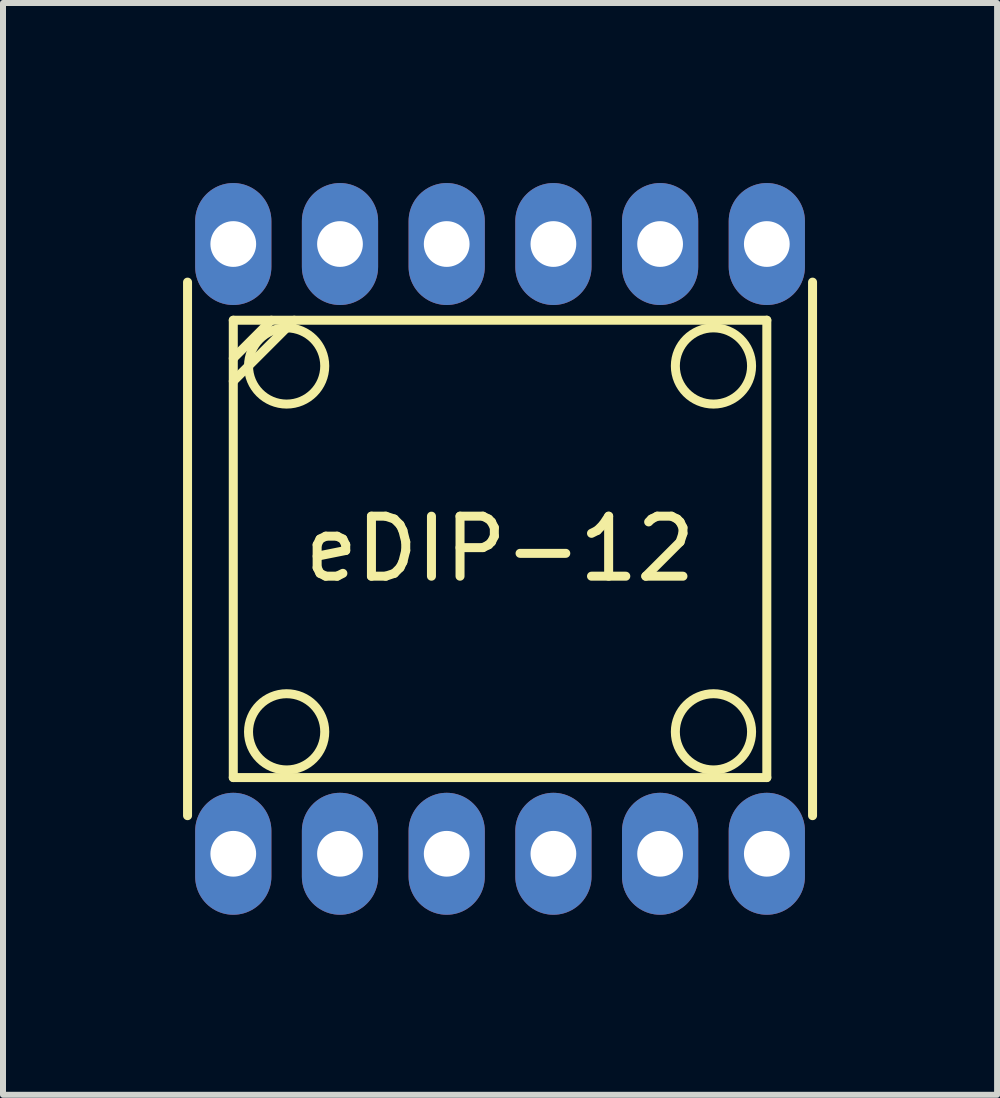
<source format=kicad_pcb>
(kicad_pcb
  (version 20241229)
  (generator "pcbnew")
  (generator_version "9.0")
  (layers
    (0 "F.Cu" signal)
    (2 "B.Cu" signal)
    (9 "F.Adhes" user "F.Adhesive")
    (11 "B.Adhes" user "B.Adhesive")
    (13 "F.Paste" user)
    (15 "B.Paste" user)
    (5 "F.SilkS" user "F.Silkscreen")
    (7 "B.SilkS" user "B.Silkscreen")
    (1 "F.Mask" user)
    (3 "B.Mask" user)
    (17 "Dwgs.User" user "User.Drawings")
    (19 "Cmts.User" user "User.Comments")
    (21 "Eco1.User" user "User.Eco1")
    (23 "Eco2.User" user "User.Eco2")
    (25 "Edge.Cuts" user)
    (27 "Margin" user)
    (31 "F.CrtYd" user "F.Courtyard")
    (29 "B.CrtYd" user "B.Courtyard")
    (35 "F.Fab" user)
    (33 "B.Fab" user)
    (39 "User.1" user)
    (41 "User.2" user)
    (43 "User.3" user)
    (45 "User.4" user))
  (footprint "eDIP-12"
    (layer "F.Cu")
    (at 5.282 6.096)
    (property "Reference" "eDIP-12" (at 0 0 0) (layer "F.SilkS") (effects (font (size 1 1) (thickness 0.15))))
    (attr through_hole)
    (fp_line (start -5.207 4.445) (end -5.207 -4.445) (stroke (width 0.15) (type solid)) (layer "F.SilkS"))
    (fp_line (start -4.445 -3.81) (end -4.445 3.81) (stroke (width 0.15) (type solid)) (layer "F.SilkS"))
    (fp_line (start -4.445 -2.794) (end -3.429 -3.81) (stroke (width 0.15) (type solid)) (layer "F.SilkS"))
    (fp_line (start -4.445 3.81) (end 4.445 3.81) (stroke (width 0.15) (type solid)) (layer "F.SilkS"))
    (fp_line (start -3.81 -3.81) (end -4.445 -3.175) (stroke (width 0.15) (type solid)) (layer "F.SilkS"))
    (fp_line (start 4.445 -3.81) (end -4.445 -3.81) (stroke (width 0.15) (type solid)) (layer "F.SilkS"))
    (fp_line (start 4.445 3.81) (end 4.445 -3.81) (stroke (width 0.15) (type solid)) (layer "F.SilkS"))
    (fp_line (start 5.207 -4.445) (end 5.207 4.445) (stroke (width 0.15) (type solid)) (layer "F.SilkS"))
    (fp_circle (center -3.556 -3.048) (end -3.556 -3.683) (stroke (width 0.15) (type solid)) (fill no) (layer "F.SilkS"))
    (fp_circle (center -3.556 3.048) (end -3.556 3.683) (stroke (width 0.15) (type solid)) (fill no) (layer "F.SilkS"))
    (fp_circle (center 3.556 -3.048) (end 4.191 -3.048) (stroke (width 0.15) (type solid)) (fill no) (layer "F.SilkS"))
    (fp_circle (center 3.556 3.048) (end 4.191 3.048) (stroke (width 0.15) (type solid)) (fill no) (layer "F.SilkS"))
    (pad "1" thru_hole oval (at -4.445 -5.08) (size 1.27 2.032) (drill 0.762) (layers "*.Cu" "*.Mask"))
    (pad "2" thru_hole oval (at -2.667 -5.08) (size 1.27 2.032) (drill 0.762) (layers "*.Cu" "*.Mask"))
    (pad "3" thru_hole oval (at -0.889 -5.08) (size 1.27 2.032) (drill 0.762) (layers "*.Cu" "*.Mask"))
    (pad "4" thru_hole oval (at 0.889 -5.08) (size 1.27 2.032) (drill 0.762) (layers "*.Cu" "*.Mask"))
    (pad "5" thru_hole oval (at 2.667 -5.08) (size 1.27 2.032) (drill 0.762) (layers "*.Cu" "*.Mask"))
    (pad "6" thru_hole oval (at 4.445 -5.08) (size 1.27 2.032) (drill 0.762) (layers "*.Cu" "*.Mask"))
    (pad "7" thru_hole oval (at 4.445 5.08) (size 1.27 2.032) (drill 0.762) (layers "*.Cu" "*.Mask"))
    (pad "8" thru_hole oval (at 2.667 5.08) (size 1.27 2.032) (drill 0.762) (layers "*.Cu" "*.Mask"))
    (pad "9" thru_hole oval (at 0.889 5.08) (size 1.27 2.032) (drill 0.762) (layers "*.Cu" "*.Mask"))
    (pad "10" thru_hole oval (at -0.889 5.08) (size 1.27 2.032) (drill 0.762) (layers "*.Cu" "*.Mask"))
    (pad "11" thru_hole oval (at -2.667 5.08) (size 1.27 2.032) (drill 0.762) (layers "*.Cu" "*.Mask"))
    (pad "12" thru_hole oval (at -4.445 5.08) (size 1.27 2.032) (drill 0.762) (layers "*.Cu" "*.Mask")))
  (gr_rect
    (start -3 -3)
    (end 13.564 15.192)
    (stroke (width 0.1) (type default))
    (fill no)
    (layer "Edge.Cuts")))
</source>
